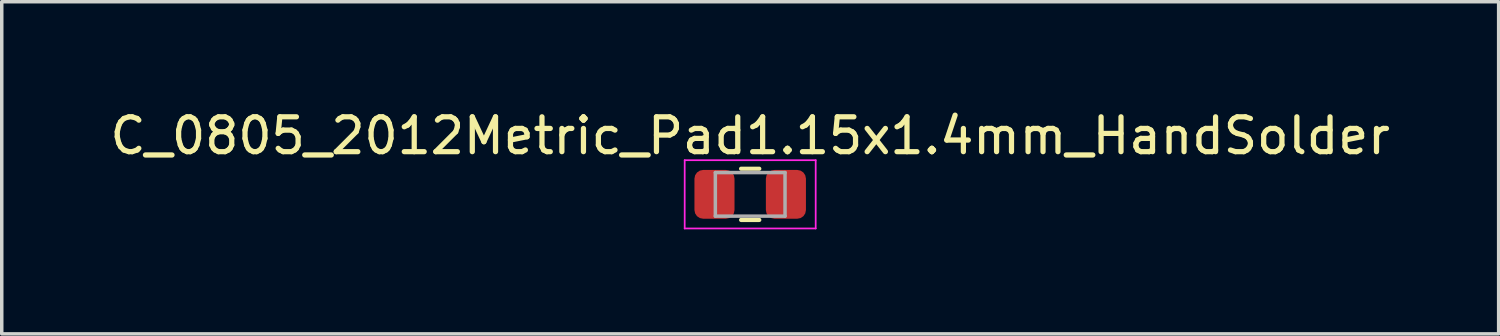
<source format=kicad_pcb>
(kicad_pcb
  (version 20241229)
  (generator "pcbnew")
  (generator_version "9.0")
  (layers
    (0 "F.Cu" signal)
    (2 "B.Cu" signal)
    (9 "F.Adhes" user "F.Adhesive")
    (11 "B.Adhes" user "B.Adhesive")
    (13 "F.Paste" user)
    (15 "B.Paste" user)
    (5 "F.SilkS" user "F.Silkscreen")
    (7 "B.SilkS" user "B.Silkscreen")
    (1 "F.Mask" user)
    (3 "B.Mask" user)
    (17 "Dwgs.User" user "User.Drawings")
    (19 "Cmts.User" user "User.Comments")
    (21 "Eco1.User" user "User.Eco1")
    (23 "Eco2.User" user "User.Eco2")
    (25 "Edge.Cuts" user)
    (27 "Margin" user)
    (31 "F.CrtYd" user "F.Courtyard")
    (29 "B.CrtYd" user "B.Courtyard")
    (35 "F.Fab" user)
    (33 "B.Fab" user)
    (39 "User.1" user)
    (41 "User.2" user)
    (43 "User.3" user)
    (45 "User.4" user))
  (footprint "C_0805_2012Metric_Pad1.15x1.4mm_HandSolder"
    (layer "F.Cu")
    (at 18.482 2.528)
    (property "Reference" "C_0805_2012Metric_Pad1.15x1.4mm_HandSolder" (at 0 -1.68 0) (layer "F.SilkS") (effects (font (size 1 1) (thickness 0.15))))
    (attr smd)
    (fp_line (start -0.261 -0.735) (end 0.261 -0.735) (stroke (width 0.12) (type solid)) (layer "F.SilkS"))
    (fp_line (start -0.261 0.735) (end 0.261 0.735) (stroke (width 0.12) (type solid)) (layer "F.SilkS"))
    (fp_line (start -1.88 -0.98) (end 1.88 -0.98) (stroke (width 0.05) (type solid)) (layer "F.CrtYd"))
    (fp_line (start -1.88 0.98) (end -1.88 -0.98) (stroke (width 0.05) (type solid)) (layer "F.CrtYd"))
    (fp_line (start 1.88 -0.98) (end 1.88 0.98) (stroke (width 0.05) (type solid)) (layer "F.CrtYd"))
    (fp_line (start 1.88 0.98) (end -1.88 0.98) (stroke (width 0.05) (type solid)) (layer "F.CrtYd"))
    (fp_line (start -1 -0.625) (end 1 -0.625) (stroke (width 0.1) (type solid)) (layer "F.Fab"))
    (fp_line (start -1 0.625) (end -1 -0.625) (stroke (width 0.1) (type solid)) (layer "F.Fab"))
    (fp_line (start 1 -0.625) (end 1 0.625) (stroke (width 0.1) (type solid)) (layer "F.Fab"))
    (fp_line (start 1 0.625) (end -1 0.625) (stroke (width 0.1) (type solid)) (layer "F.Fab"))
    (pad "1" smd roundrect (at -1.025 0) (size 1.15 1.4) (layers "F.Cu" "F.Mask" "F.Paste") (roundrect_rratio 0.217))
    (pad "2" smd roundrect (at 1.025 0) (size 1.15 1.4) (layers "F.Cu" "F.Mask" "F.Paste") (roundrect_rratio 0.217)))
  (gr_rect
    (start -3 -3)
    (end 39.964 6.533)
    (stroke (width 0.1) (type default))
    (fill no)
    (layer "Edge.Cuts")))
</source>
